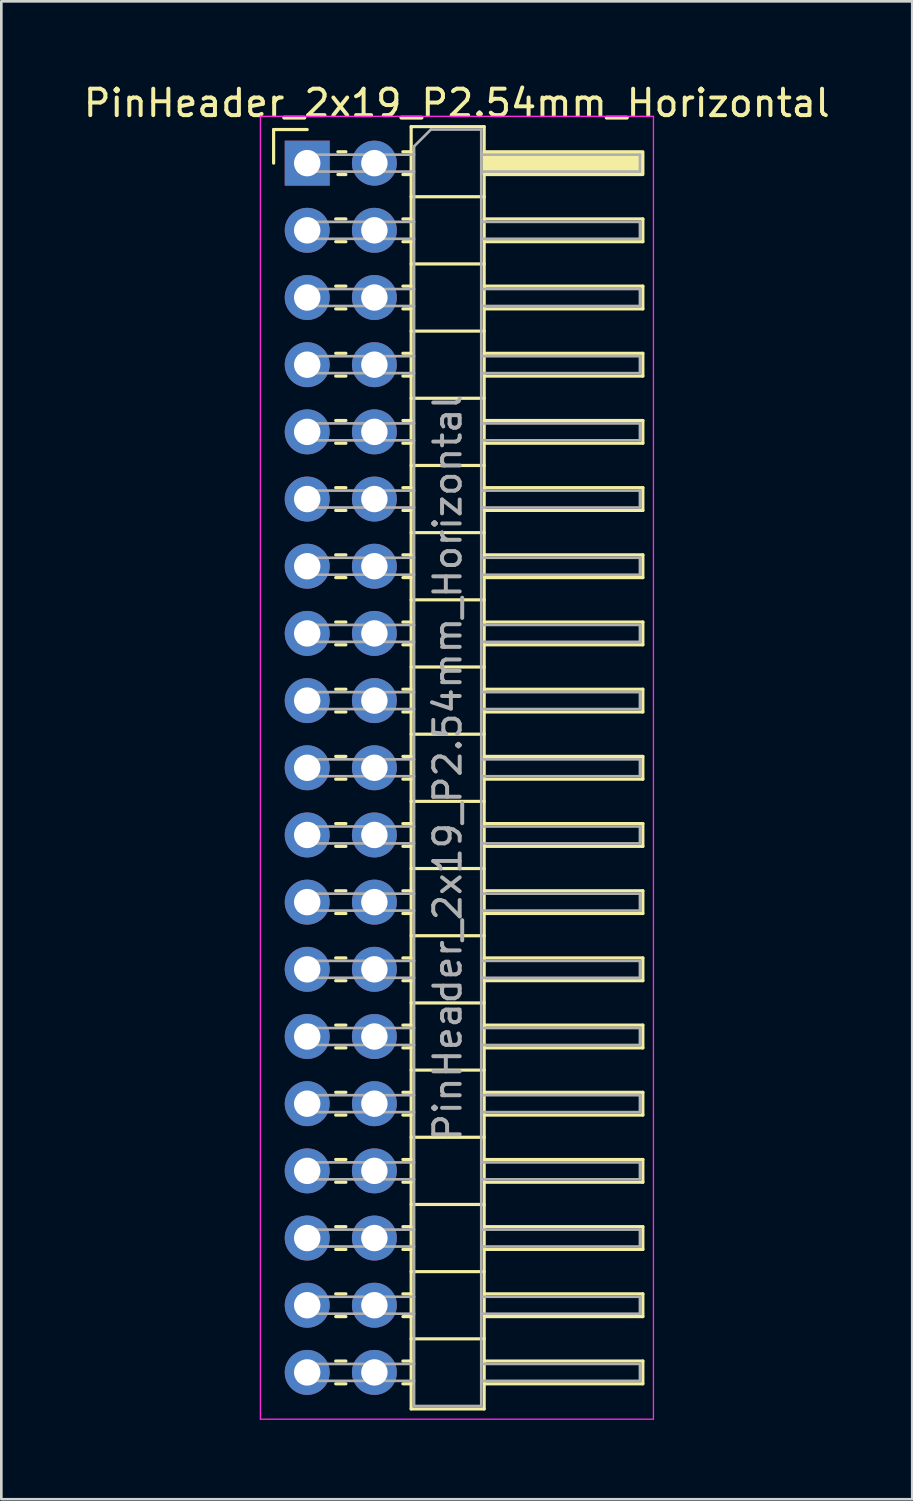
<source format=kicad_pcb>
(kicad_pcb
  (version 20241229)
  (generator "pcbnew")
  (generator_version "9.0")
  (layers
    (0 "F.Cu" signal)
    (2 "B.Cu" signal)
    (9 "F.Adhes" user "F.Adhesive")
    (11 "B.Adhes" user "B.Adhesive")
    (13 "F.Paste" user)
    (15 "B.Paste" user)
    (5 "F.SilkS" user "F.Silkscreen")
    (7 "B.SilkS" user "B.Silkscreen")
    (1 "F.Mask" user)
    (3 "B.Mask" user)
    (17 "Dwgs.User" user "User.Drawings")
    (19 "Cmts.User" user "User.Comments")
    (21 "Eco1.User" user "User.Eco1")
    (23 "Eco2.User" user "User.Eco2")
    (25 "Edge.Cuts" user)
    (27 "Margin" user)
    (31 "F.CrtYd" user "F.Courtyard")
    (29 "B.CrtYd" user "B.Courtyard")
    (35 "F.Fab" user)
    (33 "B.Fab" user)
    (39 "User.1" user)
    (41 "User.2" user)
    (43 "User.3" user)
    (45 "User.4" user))
  (footprint "PinHeader_2x19_P2.54mm_Horizontal"
    (layer "F.Cu")
    (at 8.565 3.118)
    (property "Reference" "PinHeader_2x19_P2.54mm_Horizontal" (at 5.655 -2.27 0) (layer "F.SilkS") (effects (font (size 1 1) (thickness 0.15))))
    (attr through_hole)
    (fp_line (start -1.27 -1.27) (end 0 -1.27) (stroke (width 0.12) (type solid)) (layer "F.SilkS"))
    (fp_line (start -1.27 0) (end -1.27 -1.27) (stroke (width 0.12) (type solid)) (layer "F.SilkS"))
    (fp_line (start 1.077 2.11) (end 1.463 2.11) (stroke (width 0.12) (type solid)) (layer "F.SilkS"))
    (fp_line (start 1.077 2.97) (end 1.463 2.97) (stroke (width 0.12) (type solid)) (layer "F.SilkS"))
    (fp_line (start 1.077 4.65) (end 1.463 4.65) (stroke (width 0.12) (type solid)) (layer "F.SilkS"))
    (fp_line (start 1.077 5.51) (end 1.463 5.51) (stroke (width 0.12) (type solid)) (layer "F.SilkS"))
    (fp_line (start 1.077 7.19) (end 1.463 7.19) (stroke (width 0.12) (type solid)) (layer "F.SilkS"))
    (fp_line (start 1.077 8.05) (end 1.463 8.05) (stroke (width 0.12) (type solid)) (layer "F.SilkS"))
    (fp_line (start 1.077 9.73) (end 1.463 9.73) (stroke (width 0.12) (type solid)) (layer "F.SilkS"))
    (fp_line (start 1.077 10.59) (end 1.463 10.59) (stroke (width 0.12) (type solid)) (layer "F.SilkS"))
    (fp_line (start 1.077 12.27) (end 1.463 12.27) (stroke (width 0.12) (type solid)) (layer "F.SilkS"))
    (fp_line (start 1.077 13.13) (end 1.463 13.13) (stroke (width 0.12) (type solid)) (layer "F.SilkS"))
    (fp_line (start 1.077 14.81) (end 1.463 14.81) (stroke (width 0.12) (type solid)) (layer "F.SilkS"))
    (fp_line (start 1.077 15.67) (end 1.463 15.67) (stroke (width 0.12) (type solid)) (layer "F.SilkS"))
    (fp_line (start 1.077 17.35) (end 1.463 17.35) (stroke (width 0.12) (type solid)) (layer "F.SilkS"))
    (fp_line (start 1.077 18.21) (end 1.463 18.21) (stroke (width 0.12) (type solid)) (layer "F.SilkS"))
    (fp_line (start 1.077 19.89) (end 1.463 19.89) (stroke (width 0.12) (type solid)) (layer "F.SilkS"))
    (fp_line (start 1.077 20.75) (end 1.463 20.75) (stroke (width 0.12) (type solid)) (layer "F.SilkS"))
    (fp_line (start 1.077 22.43) (end 1.463 22.43) (stroke (width 0.12) (type solid)) (layer "F.SilkS"))
    (fp_line (start 1.077 23.29) (end 1.463 23.29) (stroke (width 0.12) (type solid)) (layer "F.SilkS"))
    (fp_line (start 1.077 24.97) (end 1.463 24.97) (stroke (width 0.12) (type solid)) (layer "F.SilkS"))
    (fp_line (start 1.077 25.83) (end 1.463 25.83) (stroke (width 0.12) (type solid)) (layer "F.SilkS"))
    (fp_line (start 1.077 27.51) (end 1.463 27.51) (stroke (width 0.12) (type solid)) (layer "F.SilkS"))
    (fp_line (start 1.077 28.37) (end 1.463 28.37) (stroke (width 0.12) (type solid)) (layer "F.SilkS"))
    (fp_line (start 1.077 30.05) (end 1.463 30.05) (stroke (width 0.12) (type solid)) (layer "F.SilkS"))
    (fp_line (start 1.077 30.91) (end 1.463 30.91) (stroke (width 0.12) (type solid)) (layer "F.SilkS"))
    (fp_line (start 1.077 32.59) (end 1.463 32.59) (stroke (width 0.12) (type solid)) (layer "F.SilkS"))
    (fp_line (start 1.077 33.45) (end 1.463 33.45) (stroke (width 0.12) (type solid)) (layer "F.SilkS"))
    (fp_line (start 1.077 35.13) (end 1.463 35.13) (stroke (width 0.12) (type solid)) (layer "F.SilkS"))
    (fp_line (start 1.077 35.99) (end 1.463 35.99) (stroke (width 0.12) (type solid)) (layer "F.SilkS"))
    (fp_line (start 1.077 37.67) (end 1.463 37.67) (stroke (width 0.12) (type solid)) (layer "F.SilkS"))
    (fp_line (start 1.077 38.53) (end 1.463 38.53) (stroke (width 0.12) (type solid)) (layer "F.SilkS"))
    (fp_line (start 1.077 40.21) (end 1.463 40.21) (stroke (width 0.12) (type solid)) (layer "F.SilkS"))
    (fp_line (start 1.077 41.07) (end 1.463 41.07) (stroke (width 0.12) (type solid)) (layer "F.SilkS"))
    (fp_line (start 1.077 42.75) (end 1.463 42.75) (stroke (width 0.12) (type solid)) (layer "F.SilkS"))
    (fp_line (start 1.077 43.61) (end 1.463 43.61) (stroke (width 0.12) (type solid)) (layer "F.SilkS"))
    (fp_line (start 1.077 45.29) (end 1.463 45.29) (stroke (width 0.12) (type solid)) (layer "F.SilkS"))
    (fp_line (start 1.077 46.15) (end 1.463 46.15) (stroke (width 0.12) (type solid)) (layer "F.SilkS"))
    (fp_line (start 1.16 -0.43) (end 1.463 -0.43) (stroke (width 0.12) (type solid)) (layer "F.SilkS"))
    (fp_line (start 1.16 0.43) (end 1.463 0.43) (stroke (width 0.12) (type solid)) (layer "F.SilkS"))
    (fp_line (start 3.617 -0.43) (end 3.93 -0.43) (stroke (width 0.12) (type solid)) (layer "F.SilkS"))
    (fp_line (start 3.617 0.43) (end 3.93 0.43) (stroke (width 0.12) (type solid)) (layer "F.SilkS"))
    (fp_line (start 3.617 2.11) (end 3.93 2.11) (stroke (width 0.12) (type solid)) (layer "F.SilkS"))
    (fp_line (start 3.617 2.97) (end 3.93 2.97) (stroke (width 0.12) (type solid)) (layer "F.SilkS"))
    (fp_line (start 3.617 4.65) (end 3.93 4.65) (stroke (width 0.12) (type solid)) (layer "F.SilkS"))
    (fp_line (start 3.617 5.51) (end 3.93 5.51) (stroke (width 0.12) (type solid)) (layer "F.SilkS"))
    (fp_line (start 3.617 7.19) (end 3.93 7.19) (stroke (width 0.12) (type solid)) (layer "F.SilkS"))
    (fp_line (start 3.617 8.05) (end 3.93 8.05) (stroke (width 0.12) (type solid)) (layer "F.SilkS"))
    (fp_line (start 3.617 9.73) (end 3.93 9.73) (stroke (width 0.12) (type solid)) (layer "F.SilkS"))
    (fp_line (start 3.617 10.59) (end 3.93 10.59) (stroke (width 0.12) (type solid)) (layer "F.SilkS"))
    (fp_line (start 3.617 12.27) (end 3.93 12.27) (stroke (width 0.12) (type solid)) (layer "F.SilkS"))
    (fp_line (start 3.617 13.13) (end 3.93 13.13) (stroke (width 0.12) (type solid)) (layer "F.SilkS"))
    (fp_line (start 3.617 14.81) (end 3.93 14.81) (stroke (width 0.12) (type solid)) (layer "F.SilkS"))
    (fp_line (start 3.617 15.67) (end 3.93 15.67) (stroke (width 0.12) (type solid)) (layer "F.SilkS"))
    (fp_line (start 3.617 17.35) (end 3.93 17.35) (stroke (width 0.12) (type solid)) (layer "F.SilkS"))
    (fp_line (start 3.617 18.21) (end 3.93 18.21) (stroke (width 0.12) (type solid)) (layer "F.SilkS"))
    (fp_line (start 3.617 19.89) (end 3.93 19.89) (stroke (width 0.12) (type solid)) (layer "F.SilkS"))
    (fp_line (start 3.617 20.75) (end 3.93 20.75) (stroke (width 0.12) (type solid)) (layer "F.SilkS"))
    (fp_line (start 3.617 22.43) (end 3.93 22.43) (stroke (width 0.12) (type solid)) (layer "F.SilkS"))
    (fp_line (start 3.617 23.29) (end 3.93 23.29) (stroke (width 0.12) (type solid)) (layer "F.SilkS"))
    (fp_line (start 3.617 24.97) (end 3.93 24.97) (stroke (width 0.12) (type solid)) (layer "F.SilkS"))
    (fp_line (start 3.617 25.83) (end 3.93 25.83) (stroke (width 0.12) (type solid)) (layer "F.SilkS"))
    (fp_line (start 3.617 27.51) (end 3.93 27.51) (stroke (width 0.12) (type solid)) (layer "F.SilkS"))
    (fp_line (start 3.617 28.37) (end 3.93 28.37) (stroke (width 0.12) (type solid)) (layer "F.SilkS"))
    (fp_line (start 3.617 30.05) (end 3.93 30.05) (stroke (width 0.12) (type solid)) (layer "F.SilkS"))
    (fp_line (start 3.617 30.91) (end 3.93 30.91) (stroke (width 0.12) (type solid)) (layer "F.SilkS"))
    (fp_line (start 3.617 32.59) (end 3.93 32.59) (stroke (width 0.12) (type solid)) (layer "F.SilkS"))
    (fp_line (start 3.617 33.45) (end 3.93 33.45) (stroke (width 0.12) (type solid)) (layer "F.SilkS"))
    (fp_line (start 3.617 35.13) (end 3.93 35.13) (stroke (width 0.12) (type solid)) (layer "F.SilkS"))
    (fp_line (start 3.617 35.99) (end 3.93 35.99) (stroke (width 0.12) (type solid)) (layer "F.SilkS"))
    (fp_line (start 3.617 37.67) (end 3.93 37.67) (stroke (width 0.12) (type solid)) (layer "F.SilkS"))
    (fp_line (start 3.617 38.53) (end 3.93 38.53) (stroke (width 0.12) (type solid)) (layer "F.SilkS"))
    (fp_line (start 3.617 40.21) (end 3.93 40.21) (stroke (width 0.12) (type solid)) (layer "F.SilkS"))
    (fp_line (start 3.617 41.07) (end 3.93 41.07) (stroke (width 0.12) (type solid)) (layer "F.SilkS"))
    (fp_line (start 3.617 42.75) (end 3.93 42.75) (stroke (width 0.12) (type solid)) (layer "F.SilkS"))
    (fp_line (start 3.617 43.61) (end 3.93 43.61) (stroke (width 0.12) (type solid)) (layer "F.SilkS"))
    (fp_line (start 3.617 45.29) (end 3.93 45.29) (stroke (width 0.12) (type solid)) (layer "F.SilkS"))
    (fp_line (start 3.617 46.15) (end 3.93 46.15) (stroke (width 0.12) (type solid)) (layer "F.SilkS"))
    (fp_line (start 3.93 -1.38) (end 3.93 47.1) (stroke (width 0.12) (type solid)) (layer "F.SilkS"))
    (fp_line (start 3.93 1.27) (end 6.69 1.27) (stroke (width 0.12) (type solid)) (layer "F.SilkS"))
    (fp_line (start 3.93 3.81) (end 6.69 3.81) (stroke (width 0.12) (type solid)) (layer "F.SilkS"))
    (fp_line (start 3.93 6.35) (end 6.69 6.35) (stroke (width 0.12) (type solid)) (layer "F.SilkS"))
    (fp_line (start 3.93 8.89) (end 6.69 8.89) (stroke (width 0.12) (type solid)) (layer "F.SilkS"))
    (fp_line (start 3.93 11.43) (end 6.69 11.43) (stroke (width 0.12) (type solid)) (layer "F.SilkS"))
    (fp_line (start 3.93 13.97) (end 6.69 13.97) (stroke (width 0.12) (type solid)) (layer "F.SilkS"))
    (fp_line (start 3.93 16.51) (end 6.69 16.51) (stroke (width 0.12) (type solid)) (layer "F.SilkS"))
    (fp_line (start 3.93 19.05) (end 6.69 19.05) (stroke (width 0.12) (type solid)) (layer "F.SilkS"))
    (fp_line (start 3.93 21.59) (end 6.69 21.59) (stroke (width 0.12) (type solid)) (layer "F.SilkS"))
    (fp_line (start 3.93 24.13) (end 6.69 24.13) (stroke (width 0.12) (type solid)) (layer "F.SilkS"))
    (fp_line (start 3.93 26.67) (end 6.69 26.67) (stroke (width 0.12) (type solid)) (layer "F.SilkS"))
    (fp_line (start 3.93 29.21) (end 6.69 29.21) (stroke (width 0.12) (type solid)) (layer "F.SilkS"))
    (fp_line (start 3.93 31.75) (end 6.69 31.75) (stroke (width 0.12) (type solid)) (layer "F.SilkS"))
    (fp_line (start 3.93 34.29) (end 6.69 34.29) (stroke (width 0.12) (type solid)) (layer "F.SilkS"))
    (fp_line (start 3.93 36.83) (end 6.69 36.83) (stroke (width 0.12) (type solid)) (layer "F.SilkS"))
    (fp_line (start 3.93 39.37) (end 6.69 39.37) (stroke (width 0.12) (type solid)) (layer "F.SilkS"))
    (fp_line (start 3.93 41.91) (end 6.69 41.91) (stroke (width 0.12) (type solid)) (layer "F.SilkS"))
    (fp_line (start 3.93 44.45) (end 6.69 44.45) (stroke (width 0.12) (type solid)) (layer "F.SilkS"))
    (fp_line (start 3.93 47.1) (end 6.69 47.1) (stroke (width 0.12) (type solid)) (layer "F.SilkS"))
    (fp_line (start 6.69 -1.38) (end 3.93 -1.38) (stroke (width 0.12) (type solid)) (layer "F.SilkS"))
    (fp_line (start 6.69 2.11) (end 12.69 2.11) (stroke (width 0.12) (type solid)) (layer "F.SilkS"))
    (fp_line (start 6.69 4.65) (end 12.69 4.65) (stroke (width 0.12) (type solid)) (layer "F.SilkS"))
    (fp_line (start 6.69 7.19) (end 12.69 7.19) (stroke (width 0.12) (type solid)) (layer "F.SilkS"))
    (fp_line (start 6.69 9.73) (end 12.69 9.73) (stroke (width 0.12) (type solid)) (layer "F.SilkS"))
    (fp_line (start 6.69 12.27) (end 12.69 12.27) (stroke (width 0.12) (type solid)) (layer "F.SilkS"))
    (fp_line (start 6.69 14.81) (end 12.69 14.81) (stroke (width 0.12) (type solid)) (layer "F.SilkS"))
    (fp_line (start 6.69 17.35) (end 12.69 17.35) (stroke (width 0.12) (type solid)) (layer "F.SilkS"))
    (fp_line (start 6.69 19.89) (end 12.69 19.89) (stroke (width 0.12) (type solid)) (layer "F.SilkS"))
    (fp_line (start 6.69 22.43) (end 12.69 22.43) (stroke (width 0.12) (type solid)) (layer "F.SilkS"))
    (fp_line (start 6.69 24.97) (end 12.69 24.97) (stroke (width 0.12) (type solid)) (layer "F.SilkS"))
    (fp_line (start 6.69 27.51) (end 12.69 27.51) (stroke (width 0.12) (type solid)) (layer "F.SilkS"))
    (fp_line (start 6.69 30.05) (end 12.69 30.05) (stroke (width 0.12) (type solid)) (layer "F.SilkS"))
    (fp_line (start 6.69 32.59) (end 12.69 32.59) (stroke (width 0.12) (type solid)) (layer "F.SilkS"))
    (fp_line (start 6.69 35.13) (end 12.69 35.13) (stroke (width 0.12) (type solid)) (layer "F.SilkS"))
    (fp_line (start 6.69 37.67) (end 12.69 37.67) (stroke (width 0.12) (type solid)) (layer "F.SilkS"))
    (fp_line (start 6.69 40.21) (end 12.69 40.21) (stroke (width 0.12) (type solid)) (layer "F.SilkS"))
    (fp_line (start 6.69 42.75) (end 12.69 42.75) (stroke (width 0.12) (type solid)) (layer "F.SilkS"))
    (fp_line (start 6.69 45.29) (end 12.69 45.29) (stroke (width 0.12) (type solid)) (layer "F.SilkS"))
    (fp_line (start 6.69 47.1) (end 6.69 -1.38) (stroke (width 0.12) (type solid)) (layer "F.SilkS"))
    (fp_line (start 12.69 2.11) (end 12.69 2.97) (stroke (width 0.12) (type solid)) (layer "F.SilkS"))
    (fp_line (start 12.69 2.97) (end 6.69 2.97) (stroke (width 0.12) (type solid)) (layer "F.SilkS"))
    (fp_line (start 12.69 4.65) (end 12.69 5.51) (stroke (width 0.12) (type solid)) (layer "F.SilkS"))
    (fp_line (start 12.69 5.51) (end 6.69 5.51) (stroke (width 0.12) (type solid)) (layer "F.SilkS"))
    (fp_line (start 12.69 7.19) (end 12.69 8.05) (stroke (width 0.12) (type solid)) (layer "F.SilkS"))
    (fp_line (start 12.69 8.05) (end 6.69 8.05) (stroke (width 0.12) (type solid)) (layer "F.SilkS"))
    (fp_line (start 12.69 9.73) (end 12.69 10.59) (stroke (width 0.12) (type solid)) (layer "F.SilkS"))
    (fp_line (start 12.69 10.59) (end 6.69 10.59) (stroke (width 0.12) (type solid)) (layer "F.SilkS"))
    (fp_line (start 12.69 12.27) (end 12.69 13.13) (stroke (width 0.12) (type solid)) (layer "F.SilkS"))
    (fp_line (start 12.69 13.13) (end 6.69 13.13) (stroke (width 0.12) (type solid)) (layer "F.SilkS"))
    (fp_line (start 12.69 14.81) (end 12.69 15.67) (stroke (width 0.12) (type solid)) (layer "F.SilkS"))
    (fp_line (start 12.69 15.67) (end 6.69 15.67) (stroke (width 0.12) (type solid)) (layer "F.SilkS"))
    (fp_line (start 12.69 17.35) (end 12.69 18.21) (stroke (width 0.12) (type solid)) (layer "F.SilkS"))
    (fp_line (start 12.69 18.21) (end 6.69 18.21) (stroke (width 0.12) (type solid)) (layer "F.SilkS"))
    (fp_line (start 12.69 19.89) (end 12.69 20.75) (stroke (width 0.12) (type solid)) (layer "F.SilkS"))
    (fp_line (start 12.69 20.75) (end 6.69 20.75) (stroke (width 0.12) (type solid)) (layer "F.SilkS"))
    (fp_line (start 12.69 22.43) (end 12.69 23.29) (stroke (width 0.12) (type solid)) (layer "F.SilkS"))
    (fp_line (start 12.69 23.29) (end 6.69 23.29) (stroke (width 0.12) (type solid)) (layer "F.SilkS"))
    (fp_line (start 12.69 24.97) (end 12.69 25.83) (stroke (width 0.12) (type solid)) (layer "F.SilkS"))
    (fp_line (start 12.69 25.83) (end 6.69 25.83) (stroke (width 0.12) (type solid)) (layer "F.SilkS"))
    (fp_line (start 12.69 27.51) (end 12.69 28.37) (stroke (width 0.12) (type solid)) (layer "F.SilkS"))
    (fp_line (start 12.69 28.37) (end 6.69 28.37) (stroke (width 0.12) (type solid)) (layer "F.SilkS"))
    (fp_line (start 12.69 30.05) (end 12.69 30.91) (stroke (width 0.12) (type solid)) (layer "F.SilkS"))
    (fp_line (start 12.69 30.91) (end 6.69 30.91) (stroke (width 0.12) (type solid)) (layer "F.SilkS"))
    (fp_line (start 12.69 32.59) (end 12.69 33.45) (stroke (width 0.12) (type solid)) (layer "F.SilkS"))
    (fp_line (start 12.69 33.45) (end 6.69 33.45) (stroke (width 0.12) (type solid)) (layer "F.SilkS"))
    (fp_line (start 12.69 35.13) (end 12.69 35.99) (stroke (width 0.12) (type solid)) (layer "F.SilkS"))
    (fp_line (start 12.69 35.99) (end 6.69 35.99) (stroke (width 0.12) (type solid)) (layer "F.SilkS"))
    (fp_line (start 12.69 37.67) (end 12.69 38.53) (stroke (width 0.12) (type solid)) (layer "F.SilkS"))
    (fp_line (start 12.69 38.53) (end 6.69 38.53) (stroke (width 0.12) (type solid)) (layer "F.SilkS"))
    (fp_line (start 12.69 40.21) (end 12.69 41.07) (stroke (width 0.12) (type solid)) (layer "F.SilkS"))
    (fp_line (start 12.69 41.07) (end 6.69 41.07) (stroke (width 0.12) (type solid)) (layer "F.SilkS"))
    (fp_line (start 12.69 42.75) (end 12.69 43.61) (stroke (width 0.12) (type solid)) (layer "F.SilkS"))
    (fp_line (start 12.69 43.61) (end 6.69 43.61) (stroke (width 0.12) (type solid)) (layer "F.SilkS"))
    (fp_line (start 12.69 45.29) (end 12.69 46.15) (stroke (width 0.12) (type solid)) (layer "F.SilkS"))
    (fp_line (start 12.69 46.15) (end 6.69 46.15) (stroke (width 0.12) (type solid)) (layer "F.SilkS"))
    (fp_rect (start 6.69 -0.43) (end 12.69 0.43) (stroke (width 0.12) (type solid)) (fill yes) (layer "F.SilkS"))
    (fp_line (start -1.77 -1.77) (end -1.77 47.49) (stroke (width 0.05) (type solid)) (layer "F.CrtYd"))
    (fp_line (start -1.77 47.49) (end 13.09 47.49) (stroke (width 0.05) (type solid)) (layer "F.CrtYd"))
    (fp_line (start 13.09 -1.77) (end -1.77 -1.77) (stroke (width 0.05) (type solid)) (layer "F.CrtYd"))
    (fp_line (start 13.09 47.49) (end 13.09 -1.77) (stroke (width 0.05) (type solid)) (layer "F.CrtYd"))
    (fp_line (start -0.32 -0.32) (end -0.32 0.32) (stroke (width 0.1) (type solid)) (layer "F.Fab"))
    (fp_line (start -0.32 -0.32) (end 4.04 -0.32) (stroke (width 0.1) (type solid)) (layer "F.Fab"))
    (fp_line (start -0.32 0.32) (end 4.04 0.32) (stroke (width 0.1) (type solid)) (layer "F.Fab"))
    (fp_line (start -0.32 2.22) (end -0.32 2.86) (stroke (width 0.1) (type solid)) (layer "F.Fab"))
    (fp_line (start -0.32 2.22) (end 4.04 2.22) (stroke (width 0.1) (type solid)) (layer "F.Fab"))
    (fp_line (start -0.32 2.86) (end 4.04 2.86) (stroke (width 0.1) (type solid)) (layer "F.Fab"))
    (fp_line (start -0.32 4.76) (end -0.32 5.4) (stroke (width 0.1) (type solid)) (layer "F.Fab"))
    (fp_line (start -0.32 4.76) (end 4.04 4.76) (stroke (width 0.1) (type solid)) (layer "F.Fab"))
    (fp_line (start -0.32 5.4) (end 4.04 5.4) (stroke (width 0.1) (type solid)) (layer "F.Fab"))
    (fp_line (start -0.32 7.3) (end -0.32 7.94) (stroke (width 0.1) (type solid)) (layer "F.Fab"))
    (fp_line (start -0.32 7.3) (end 4.04 7.3) (stroke (width 0.1) (type solid)) (layer "F.Fab"))
    (fp_line (start -0.32 7.94) (end 4.04 7.94) (stroke (width 0.1) (type solid)) (layer "F.Fab"))
    (fp_line (start -0.32 9.84) (end -0.32 10.48) (stroke (width 0.1) (type solid)) (layer "F.Fab"))
    (fp_line (start -0.32 9.84) (end 4.04 9.84) (stroke (width 0.1) (type solid)) (layer "F.Fab"))
    (fp_line (start -0.32 10.48) (end 4.04 10.48) (stroke (width 0.1) (type solid)) (layer "F.Fab"))
    (fp_line (start -0.32 12.38) (end -0.32 13.02) (stroke (width 0.1) (type solid)) (layer "F.Fab"))
    (fp_line (start -0.32 12.38) (end 4.04 12.38) (stroke (width 0.1) (type solid)) (layer "F.Fab"))
    (fp_line (start -0.32 13.02) (end 4.04 13.02) (stroke (width 0.1) (type solid)) (layer "F.Fab"))
    (fp_line (start -0.32 14.92) (end -0.32 15.56) (stroke (width 0.1) (type solid)) (layer "F.Fab"))
    (fp_line (start -0.32 14.92) (end 4.04 14.92) (stroke (width 0.1) (type solid)) (layer "F.Fab"))
    (fp_line (start -0.32 15.56) (end 4.04 15.56) (stroke (width 0.1) (type solid)) (layer "F.Fab"))
    (fp_line (start -0.32 17.46) (end -0.32 18.1) (stroke (width 0.1) (type solid)) (layer "F.Fab"))
    (fp_line (start -0.32 17.46) (end 4.04 17.46) (stroke (width 0.1) (type solid)) (layer "F.Fab"))
    (fp_line (start -0.32 18.1) (end 4.04 18.1) (stroke (width 0.1) (type solid)) (layer "F.Fab"))
    (fp_line (start -0.32 20) (end -0.32 20.64) (stroke (width 0.1) (type solid)) (layer "F.Fab"))
    (fp_line (start -0.32 20) (end 4.04 20) (stroke (width 0.1) (type solid)) (layer "F.Fab"))
    (fp_line (start -0.32 20.64) (end 4.04 20.64) (stroke (width 0.1) (type solid)) (layer "F.Fab"))
    (fp_line (start -0.32 22.54) (end -0.32 23.18) (stroke (width 0.1) (type solid)) (layer "F.Fab"))
    (fp_line (start -0.32 22.54) (end 4.04 22.54) (stroke (width 0.1) (type solid)) (layer "F.Fab"))
    (fp_line (start -0.32 23.18) (end 4.04 23.18) (stroke (width 0.1) (type solid)) (layer "F.Fab"))
    (fp_line (start -0.32 25.08) (end -0.32 25.72) (stroke (width 0.1) (type solid)) (layer "F.Fab"))
    (fp_line (start -0.32 25.08) (end 4.04 25.08) (stroke (width 0.1) (type solid)) (layer "F.Fab"))
    (fp_line (start -0.32 25.72) (end 4.04 25.72) (stroke (width 0.1) (type solid)) (layer "F.Fab"))
    (fp_line (start -0.32 27.62) (end -0.32 28.26) (stroke (width 0.1) (type solid)) (layer "F.Fab"))
    (fp_line (start -0.32 27.62) (end 4.04 27.62) (stroke (width 0.1) (type solid)) (layer "F.Fab"))
    (fp_line (start -0.32 28.26) (end 4.04 28.26) (stroke (width 0.1) (type solid)) (layer "F.Fab"))
    (fp_line (start -0.32 30.16) (end -0.32 30.8) (stroke (width 0.1) (type solid)) (layer "F.Fab"))
    (fp_line (start -0.32 30.16) (end 4.04 30.16) (stroke (width 0.1) (type solid)) (layer "F.Fab"))
    (fp_line (start -0.32 30.8) (end 4.04 30.8) (stroke (width 0.1) (type solid)) (layer "F.Fab"))
    (fp_line (start -0.32 32.7) (end -0.32 33.34) (stroke (width 0.1) (type solid)) (layer "F.Fab"))
    (fp_line (start -0.32 32.7) (end 4.04 32.7) (stroke (width 0.1) (type solid)) (layer "F.Fab"))
    (fp_line (start -0.32 33.34) (end 4.04 33.34) (stroke (width 0.1) (type solid)) (layer "F.Fab"))
    (fp_line (start -0.32 35.24) (end -0.32 35.88) (stroke (width 0.1) (type solid)) (layer "F.Fab"))
    (fp_line (start -0.32 35.24) (end 4.04 35.24) (stroke (width 0.1) (type solid)) (layer "F.Fab"))
    (fp_line (start -0.32 35.88) (end 4.04 35.88) (stroke (width 0.1) (type solid)) (layer "F.Fab"))
    (fp_line (start -0.32 37.78) (end -0.32 38.42) (stroke (width 0.1) (type solid)) (layer "F.Fab"))
    (fp_line (start -0.32 37.78) (end 4.04 37.78) (stroke (width 0.1) (type solid)) (layer "F.Fab"))
    (fp_line (start -0.32 38.42) (end 4.04 38.42) (stroke (width 0.1) (type solid)) (layer "F.Fab"))
    (fp_line (start -0.32 40.32) (end -0.32 40.96) (stroke (width 0.1) (type solid)) (layer "F.Fab"))
    (fp_line (start -0.32 40.32) (end 4.04 40.32) (stroke (width 0.1) (type solid)) (layer "F.Fab"))
    (fp_line (start -0.32 40.96) (end 4.04 40.96) (stroke (width 0.1) (type solid)) (layer "F.Fab"))
    (fp_line (start -0.32 42.86) (end -0.32 43.5) (stroke (width 0.1) (type solid)) (layer "F.Fab"))
    (fp_line (start -0.32 42.86) (end 4.04 42.86) (stroke (width 0.1) (type solid)) (layer "F.Fab"))
    (fp_line (start -0.32 43.5) (end 4.04 43.5) (stroke (width 0.1) (type solid)) (layer "F.Fab"))
    (fp_line (start -0.32 45.4) (end -0.32 46.04) (stroke (width 0.1) (type solid)) (layer "F.Fab"))
    (fp_line (start -0.32 45.4) (end 4.04 45.4) (stroke (width 0.1) (type solid)) (layer "F.Fab"))
    (fp_line (start -0.32 46.04) (end 4.04 46.04) (stroke (width 0.1) (type solid)) (layer "F.Fab"))
    (fp_line (start 4.04 -0.635) (end 4.675 -1.27) (stroke (width 0.1) (type solid)) (layer "F.Fab"))
    (fp_line (start 4.04 46.99) (end 4.04 -0.635) (stroke (width 0.1) (type solid)) (layer "F.Fab"))
    (fp_line (start 4.675 -1.27) (end 6.58 -1.27) (stroke (width 0.1) (type solid)) (layer "F.Fab"))
    (fp_line (start 6.58 -1.27) (end 6.58 46.99) (stroke (width 0.1) (type solid)) (layer "F.Fab"))
    (fp_line (start 6.58 -0.32) (end 12.58 -0.32) (stroke (width 0.1) (type solid)) (layer "F.Fab"))
    (fp_line (start 6.58 0.32) (end 12.58 0.32) (stroke (width 0.1) (type solid)) (layer "F.Fab"))
    (fp_line (start 6.58 2.22) (end 12.58 2.22) (stroke (width 0.1) (type solid)) (layer "F.Fab"))
    (fp_line (start 6.58 2.86) (end 12.58 2.86) (stroke (width 0.1) (type solid)) (layer "F.Fab"))
    (fp_line (start 6.58 4.76) (end 12.58 4.76) (stroke (width 0.1) (type solid)) (layer "F.Fab"))
    (fp_line (start 6.58 5.4) (end 12.58 5.4) (stroke (width 0.1) (type solid)) (layer "F.Fab"))
    (fp_line (start 6.58 7.3) (end 12.58 7.3) (stroke (width 0.1) (type solid)) (layer "F.Fab"))
    (fp_line (start 6.58 7.94) (end 12.58 7.94) (stroke (width 0.1) (type solid)) (layer "F.Fab"))
    (fp_line (start 6.58 9.84) (end 12.58 9.84) (stroke (width 0.1) (type solid)) (layer "F.Fab"))
    (fp_line (start 6.58 10.48) (end 12.58 10.48) (stroke (width 0.1) (type solid)) (layer "F.Fab"))
    (fp_line (start 6.58 12.38) (end 12.58 12.38) (stroke (width 0.1) (type solid)) (layer "F.Fab"))
    (fp_line (start 6.58 13.02) (end 12.58 13.02) (stroke (width 0.1) (type solid)) (layer "F.Fab"))
    (fp_line (start 6.58 14.92) (end 12.58 14.92) (stroke (width 0.1) (type solid)) (layer "F.Fab"))
    (fp_line (start 6.58 15.56) (end 12.58 15.56) (stroke (width 0.1) (type solid)) (layer "F.Fab"))
    (fp_line (start 6.58 17.46) (end 12.58 17.46) (stroke (width 0.1) (type solid)) (layer "F.Fab"))
    (fp_line (start 6.58 18.1) (end 12.58 18.1) (stroke (width 0.1) (type solid)) (layer "F.Fab"))
    (fp_line (start 6.58 20) (end 12.58 20) (stroke (width 0.1) (type solid)) (layer "F.Fab"))
    (fp_line (start 6.58 20.64) (end 12.58 20.64) (stroke (width 0.1) (type solid)) (layer "F.Fab"))
    (fp_line (start 6.58 22.54) (end 12.58 22.54) (stroke (width 0.1) (type solid)) (layer "F.Fab"))
    (fp_line (start 6.58 23.18) (end 12.58 23.18) (stroke (width 0.1) (type solid)) (layer "F.Fab"))
    (fp_line (start 6.58 25.08) (end 12.58 25.08) (stroke (width 0.1) (type solid)) (layer "F.Fab"))
    (fp_line (start 6.58 25.72) (end 12.58 25.72) (stroke (width 0.1) (type solid)) (layer "F.Fab"))
    (fp_line (start 6.58 27.62) (end 12.58 27.62) (stroke (width 0.1) (type solid)) (layer "F.Fab"))
    (fp_line (start 6.58 28.26) (end 12.58 28.26) (stroke (width 0.1) (type solid)) (layer "F.Fab"))
    (fp_line (start 6.58 30.16) (end 12.58 30.16) (stroke (width 0.1) (type solid)) (layer "F.Fab"))
    (fp_line (start 6.58 30.8) (end 12.58 30.8) (stroke (width 0.1) (type solid)) (layer "F.Fab"))
    (fp_line (start 6.58 32.7) (end 12.58 32.7) (stroke (width 0.1) (type solid)) (layer "F.Fab"))
    (fp_line (start 6.58 33.34) (end 12.58 33.34) (stroke (width 0.1) (type solid)) (layer "F.Fab"))
    (fp_line (start 6.58 35.24) (end 12.58 35.24) (stroke (width 0.1) (type solid)) (layer "F.Fab"))
    (fp_line (start 6.58 35.88) (end 12.58 35.88) (stroke (width 0.1) (type solid)) (layer "F.Fab"))
    (fp_line (start 6.58 37.78) (end 12.58 37.78) (stroke (width 0.1) (type solid)) (layer "F.Fab"))
    (fp_line (start 6.58 38.42) (end 12.58 38.42) (stroke (width 0.1) (type solid)) (layer "F.Fab"))
    (fp_line (start 6.58 40.32) (end 12.58 40.32) (stroke (width 0.1) (type solid)) (layer "F.Fab"))
    (fp_line (start 6.58 40.96) (end 12.58 40.96) (stroke (width 0.1) (type solid)) (layer "F.Fab"))
    (fp_line (start 6.58 42.86) (end 12.58 42.86) (stroke (width 0.1) (type solid)) (layer "F.Fab"))
    (fp_line (start 6.58 43.5) (end 12.58 43.5) (stroke (width 0.1) (type solid)) (layer "F.Fab"))
    (fp_line (start 6.58 45.4) (end 12.58 45.4) (stroke (width 0.1) (type solid)) (layer "F.Fab"))
    (fp_line (start 6.58 46.04) (end 12.58 46.04) (stroke (width 0.1) (type solid)) (layer "F.Fab"))
    (fp_line (start 6.58 46.99) (end 4.04 46.99) (stroke (width 0.1) (type solid)) (layer "F.Fab"))
    (fp_line (start 12.58 -0.32) (end 12.58 0.32) (stroke (width 0.1) (type solid)) (layer "F.Fab"))
    (fp_line (start 12.58 2.22) (end 12.58 2.86) (stroke (width 0.1) (type solid)) (layer "F.Fab"))
    (fp_line (start 12.58 4.76) (end 12.58 5.4) (stroke (width 0.1) (type solid)) (layer "F.Fab"))
    (fp_line (start 12.58 7.3) (end 12.58 7.94) (stroke (width 0.1) (type solid)) (layer "F.Fab"))
    (fp_line (start 12.58 9.84) (end 12.58 10.48) (stroke (width 0.1) (type solid)) (layer "F.Fab"))
    (fp_line (start 12.58 12.38) (end 12.58 13.02) (stroke (width 0.1) (type solid)) (layer "F.Fab"))
    (fp_line (start 12.58 14.92) (end 12.58 15.56) (stroke (width 0.1) (type solid)) (layer "F.Fab"))
    (fp_line (start 12.58 17.46) (end 12.58 18.1) (stroke (width 0.1) (type solid)) (layer "F.Fab"))
    (fp_line (start 12.58 20) (end 12.58 20.64) (stroke (width 0.1) (type solid)) (layer "F.Fab"))
    (fp_line (start 12.58 22.54) (end 12.58 23.18) (stroke (width 0.1) (type solid)) (layer "F.Fab"))
    (fp_line (start 12.58 25.08) (end 12.58 25.72) (stroke (width 0.1) (type solid)) (layer "F.Fab"))
    (fp_line (start 12.58 27.62) (end 12.58 28.26) (stroke (width 0.1) (type solid)) (layer "F.Fab"))
    (fp_line (start 12.58 30.16) (end 12.58 30.8) (stroke (width 0.1) (type solid)) (layer "F.Fab"))
    (fp_line (start 12.58 32.7) (end 12.58 33.34) (stroke (width 0.1) (type solid)) (layer "F.Fab"))
    (fp_line (start 12.58 35.24) (end 12.58 35.88) (stroke (width 0.1) (type solid)) (layer "F.Fab"))
    (fp_line (start 12.58 37.78) (end 12.58 38.42) (stroke (width 0.1) (type solid)) (layer "F.Fab"))
    (fp_line (start 12.58 40.32) (end 12.58 40.96) (stroke (width 0.1) (type solid)) (layer "F.Fab"))
    (fp_line (start 12.58 42.86) (end 12.58 43.5) (stroke (width 0.1) (type solid)) (layer "F.Fab"))
    (fp_line (start 12.58 45.4) (end 12.58 46.04) (stroke (width 0.1) (type solid)) (layer "F.Fab"))
    (fp_text user "${REFERENCE}" (at 5.31 22.86 90) (layer "F.Fab") (effects (font (size 1 1) (thickness 0.15))))
    (pad "1" thru_hole rect (at 0 0) (size 1.7 1.7) (drill 1) (layers "*.Cu" "*.Mask"))
    (pad "2" thru_hole circle (at 2.54 0) (size 1.7 1.7) (drill 1) (layers "*.Cu" "*.Mask"))
    (pad "3" thru_hole circle (at 0 2.54) (size 1.7 1.7) (drill 1) (layers "*.Cu" "*.Mask"))
    (pad "4" thru_hole circle (at 2.54 2.54) (size 1.7 1.7) (drill 1) (layers "*.Cu" "*.Mask"))
    (pad "5" thru_hole circle (at 0 5.08) (size 1.7 1.7) (drill 1) (layers "*.Cu" "*.Mask"))
    (pad "6" thru_hole circle (at 2.54 5.08) (size 1.7 1.7) (drill 1) (layers "*.Cu" "*.Mask"))
    (pad "7" thru_hole circle (at 0 7.62) (size 1.7 1.7) (drill 1) (layers "*.Cu" "*.Mask"))
    (pad "8" thru_hole circle (at 2.54 7.62) (size 1.7 1.7) (drill 1) (layers "*.Cu" "*.Mask"))
    (pad "9" thru_hole circle (at 0 10.16) (size 1.7 1.7) (drill 1) (layers "*.Cu" "*.Mask"))
    (pad "10" thru_hole circle (at 2.54 10.16) (size 1.7 1.7) (drill 1) (layers "*.Cu" "*.Mask"))
    (pad "11" thru_hole circle (at 0 12.7) (size 1.7 1.7) (drill 1) (layers "*.Cu" "*.Mask"))
    (pad "12" thru_hole circle (at 2.54 12.7) (size 1.7 1.7) (drill 1) (layers "*.Cu" "*.Mask"))
    (pad "13" thru_hole circle (at 0 15.24) (size 1.7 1.7) (drill 1) (layers "*.Cu" "*.Mask"))
    (pad "14" thru_hole circle (at 2.54 15.24) (size 1.7 1.7) (drill 1) (layers "*.Cu" "*.Mask"))
    (pad "15" thru_hole circle (at 0 17.78) (size 1.7 1.7) (drill 1) (layers "*.Cu" "*.Mask"))
    (pad "16" thru_hole circle (at 2.54 17.78) (size 1.7 1.7) (drill 1) (layers "*.Cu" "*.Mask"))
    (pad "17" thru_hole circle (at 0 20.32) (size 1.7 1.7) (drill 1) (layers "*.Cu" "*.Mask"))
    (pad "18" thru_hole circle (at 2.54 20.32) (size 1.7 1.7) (drill 1) (layers "*.Cu" "*.Mask"))
    (pad "19" thru_hole circle (at 0 22.86) (size 1.7 1.7) (drill 1) (layers "*.Cu" "*.Mask"))
    (pad "20" thru_hole circle (at 2.54 22.86) (size 1.7 1.7) (drill 1) (layers "*.Cu" "*.Mask"))
    (pad "21" thru_hole circle (at 0 25.4) (size 1.7 1.7) (drill 1) (layers "*.Cu" "*.Mask"))
    (pad "22" thru_hole circle (at 2.54 25.4) (size 1.7 1.7) (drill 1) (layers "*.Cu" "*.Mask"))
    (pad "23" thru_hole circle (at 0 27.94) (size 1.7 1.7) (drill 1) (layers "*.Cu" "*.Mask"))
    (pad "24" thru_hole circle (at 2.54 27.94) (size 1.7 1.7) (drill 1) (layers "*.Cu" "*.Mask"))
    (pad "25" thru_hole circle (at 0 30.48) (size 1.7 1.7) (drill 1) (layers "*.Cu" "*.Mask"))
    (pad "26" thru_hole circle (at 2.54 30.48) (size 1.7 1.7) (drill 1) (layers "*.Cu" "*.Mask"))
    (pad "27" thru_hole circle (at 0 33.02) (size 1.7 1.7) (drill 1) (layers "*.Cu" "*.Mask"))
    (pad "28" thru_hole circle (at 2.54 33.02) (size 1.7 1.7) (drill 1) (layers "*.Cu" "*.Mask"))
    (pad "29" thru_hole circle (at 0 35.56) (size 1.7 1.7) (drill 1) (layers "*.Cu" "*.Mask"))
    (pad "30" thru_hole circle (at 2.54 35.56) (size 1.7 1.7) (drill 1) (layers "*.Cu" "*.Mask"))
    (pad "31" thru_hole circle (at 0 38.1) (size 1.7 1.7) (drill 1) (layers "*.Cu" "*.Mask"))
    (pad "32" thru_hole circle (at 2.54 38.1) (size 1.7 1.7) (drill 1) (layers "*.Cu" "*.Mask"))
    (pad "33" thru_hole circle (at 0 40.64) (size 1.7 1.7) (drill 1) (layers "*.Cu" "*.Mask"))
    (pad "34" thru_hole circle (at 2.54 40.64) (size 1.7 1.7) (drill 1) (layers "*.Cu" "*.Mask"))
    (pad "35" thru_hole circle (at 0 43.18) (size 1.7 1.7) (drill 1) (layers "*.Cu" "*.Mask"))
    (pad "36" thru_hole circle (at 2.54 43.18) (size 1.7 1.7) (drill 1) (layers "*.Cu" "*.Mask"))
    (pad "37" thru_hole circle (at 0 45.72) (size 1.7 1.7) (drill 1) (layers "*.Cu" "*.Mask"))
    (pad "38" thru_hole circle (at 2.54 45.72) (size 1.7 1.7) (drill 1) (layers "*.Cu" "*.Mask")))
  (gr_rect
    (start -3 -3)
    (end 31.44 53.633)
    (stroke (width 0.1) (type default))
    (fill no)
    (layer "Edge.Cuts")))
</source>
